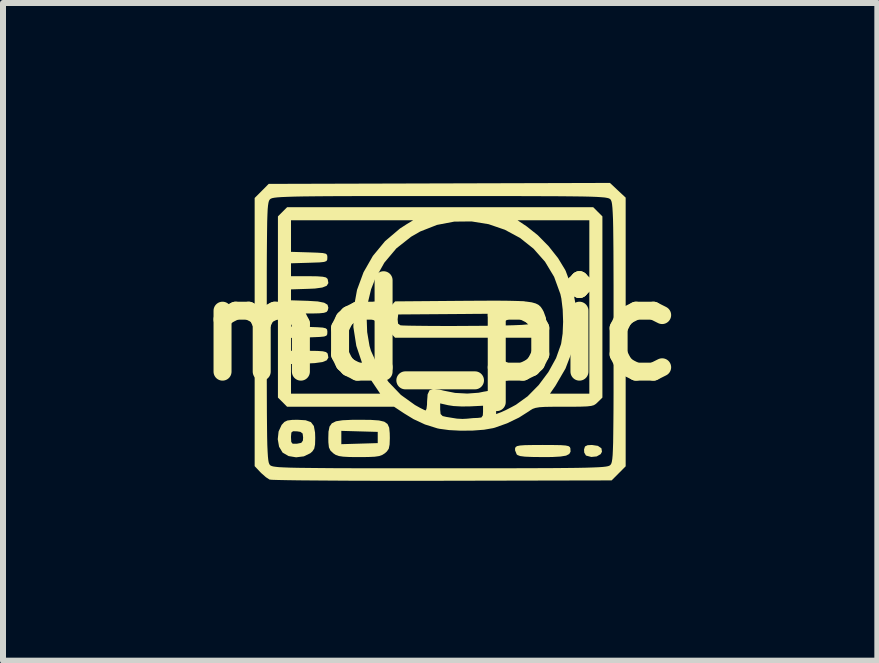
<source format=kicad_pcb>
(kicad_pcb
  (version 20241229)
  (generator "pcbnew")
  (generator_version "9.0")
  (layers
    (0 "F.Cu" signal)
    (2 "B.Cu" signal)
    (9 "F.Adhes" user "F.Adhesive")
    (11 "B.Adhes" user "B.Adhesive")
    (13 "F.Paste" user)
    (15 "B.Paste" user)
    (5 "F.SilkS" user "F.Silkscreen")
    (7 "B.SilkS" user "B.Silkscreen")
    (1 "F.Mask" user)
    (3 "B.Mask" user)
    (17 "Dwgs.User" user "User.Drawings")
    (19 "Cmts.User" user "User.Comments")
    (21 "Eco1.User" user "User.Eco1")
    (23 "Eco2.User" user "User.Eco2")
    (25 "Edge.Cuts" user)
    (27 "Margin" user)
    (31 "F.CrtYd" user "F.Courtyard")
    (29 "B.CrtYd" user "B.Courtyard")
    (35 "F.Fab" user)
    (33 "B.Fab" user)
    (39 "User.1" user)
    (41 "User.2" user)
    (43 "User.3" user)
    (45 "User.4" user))
  (footprint "md_pic"
    (layer "F.Cu")
    (at 4.289 2.457)
    (property "Reference" "md_pic" (at 0 0 0) (layer "F.SilkS") (effects (font (size 1.524 1.524) (thickness 0.3))))
    (attr board_only exclude_from_pos_files exclude_from_bom)
    (fp_poly (pts (xy 2.63 1.927) (xy 2.689 1.968) (xy 2.698 2.025) (xy 2.676 2.065) (xy 2.61 2.103) (xy 2.52 2.112) (xy 2.436 2.09) (xy 2.43 2.087) (xy 2.402 2.039) (xy 2.399 1.986) (xy 2.415 1.937) (xy 2.457 1.916) (xy 2.53 1.912)) (stroke (width 0) (type solid)) (fill yes) (layer "F.SilkS"))
    (fp_poly (pts (xy 1.887 1.913) (xy 2.011 1.915) (xy 2.092 1.921) (xy 2.139 1.931) (xy 2.162 1.947) (xy 2.171 1.968) (xy 2.174 2.024) (xy 2.152 2.063) (xy 2.099 2.09) (xy 2.006 2.105) (xy 1.866 2.113) (xy 1.71 2.114) (xy 1.535 2.112) (xy 1.413 2.107) (xy 1.334 2.097) (xy 1.289 2.08) (xy 1.276 2.069) (xy 1.249 2.002) (xy 1.249 1.968) (xy 1.259 1.946) (xy 1.283 1.931) (xy 1.332 1.921) (xy 1.415 1.915) (xy 1.542 1.913) (xy 1.71 1.912)) (stroke (width 0) (type solid)) (fill yes) (layer "F.SilkS"))
    (fp_poly (pts (xy -2.243 1.5) (xy -2.155 1.531) (xy -2.106 1.596) (xy -2.086 1.705) (xy -2.083 1.796) (xy -2.086 1.905) (xy -2.1 1.974) (xy -2.131 2.02) (xy -2.165 2.05) (xy -2.273 2.102) (xy -2.402 2.118) (xy -2.528 2.097) (xy -2.626 2.04) (xy -2.628 2.038) (xy -2.686 1.941) (xy -2.708 1.816) (xy -2.705 1.788) (xy -2.487 1.788) (xy -2.483 1.862) (xy -2.46 1.891) (xy -2.402 1.892) (xy -2.386 1.891) (xy -2.316 1.877) (xy -2.289 1.84) (xy -2.285 1.788) (xy -2.293 1.722) (xy -2.329 1.694) (xy -2.386 1.685) (xy -2.453 1.683) (xy -2.481 1.705) (xy -2.487 1.77) (xy -2.487 1.788) (xy -2.705 1.788) (xy -2.694 1.687) (xy -2.643 1.577) (xy -2.64 1.574) (xy -2.597 1.528) (xy -2.547 1.504) (xy -2.469 1.494) (xy -2.381 1.492)) (stroke (width 0) (type solid)) (fill yes) (layer "F.SilkS"))
    (fp_poly (pts (xy -1.155 1.494) (xy -1.021 1.503) (xy -0.932 1.524) (xy -0.878 1.562) (xy -0.85 1.624) (xy -0.841 1.714) (xy -0.839 1.796) (xy -0.843 1.905) (xy -0.857 1.974) (xy -0.888 2.02) (xy -0.921 2.05) (xy -0.965 2.078) (xy -1.017 2.097) (xy -1.092 2.108) (xy -1.203 2.113) (xy -1.352 2.114) (xy -1.509 2.113) (xy -1.618 2.107) (xy -1.691 2.096) (xy -1.743 2.077) (xy -1.783 2.05) (xy -1.83 2.005) (xy -1.855 1.952) (xy -1.864 1.869) (xy -1.865 1.801) (xy -1.862 1.688) (xy -1.859 1.677) (xy -1.648 1.677) (xy -1.648 1.899) (xy -1.345 1.89) (xy -1.041 1.881) (xy -1.041 1.694) (xy -1.648 1.677) (xy -1.859 1.677) (xy -1.845 1.606) (xy -1.806 1.551) (xy -1.737 1.517) (xy -1.629 1.5) (xy -1.473 1.493) (xy -1.342 1.492)) (stroke (width 0) (type solid)) (fill yes) (layer "F.SilkS"))
    (fp_poly (pts (xy 1.146 -0.492) (xy 1.308 -0.488) (xy 1.433 -0.479) (xy 1.527 -0.466) (xy 1.594 -0.447) (xy 1.642 -0.422) (xy 1.677 -0.39) (xy 1.704 -0.35) (xy 1.725 -0.312) (xy 1.765 -0.204) (xy 1.758 -0.112) (xy 1.7 -0.015) (xy 1.676 0.014) (xy 1.579 0.124) (xy -0.752 0.124) (xy -0.842 0.028) (xy -0.918 -0.088) (xy -0.928 -0.181) (xy -0.709 -0.181) (xy -0.702 -0.111) (xy -0.662 -0.083) (xy -0.619 -0.08) (xy -0.521 -0.077) (xy -0.376 -0.075) (xy -0.192 -0.073) (xy 0.024 -0.072) (xy 0.263 -0.072) (xy 0.442 -0.073) (xy 0.758 -0.075) (xy 1.016 -0.079) (xy 1.217 -0.084) (xy 1.366 -0.09) (xy 1.464 -0.099) (xy 1.516 -0.109) (xy 1.525 -0.113) (xy 1.545 -0.169) (xy 1.54 -0.215) (xy 1.533 -0.232) (xy 1.521 -0.246) (xy 1.498 -0.257) (xy 1.458 -0.265) (xy 1.394 -0.271) (xy 1.3 -0.274) (xy 1.17 -0.276) (xy 0.999 -0.276) (xy 0.779 -0.275) (xy 0.506 -0.273) (xy 0.41 -0.272) (xy -0.7 -0.264) (xy -0.709 -0.181) (xy -0.928 -0.181) (xy -0.931 -0.208) (xy -0.883 -0.328) (xy -0.842 -0.38) (xy -0.751 -0.482) (xy 0.37 -0.491) (xy 0.683 -0.493) (xy 0.939 -0.494)) (stroke (width 0) (type solid)) (fill yes) (layer "F.SilkS"))
    (fp_poly (pts (xy 2.962 -2.334) (xy 3.093 -2.212) (xy 3.093 2.268) (xy 2.859 2.503) (xy 0.038 2.509) (xy -0.376 2.509) (xy -0.774 2.509) (xy -1.15 2.509) (xy -1.5 2.508) (xy -1.819 2.506) (xy -2.104 2.504) (xy -2.349 2.502) (xy -2.55 2.499) (xy -2.703 2.496) (xy -2.802 2.493) (xy -2.844 2.489) (xy -2.845 2.489) (xy -2.905 2.45) (xy -2.979 2.385) (xy -3 2.364) (xy -3.093 2.265) (xy -3.093 0.026) (xy -2.891 0.026) (xy -2.891 0.447) (xy -2.891 0.811) (xy -2.89 1.121) (xy -2.889 1.382) (xy -2.887 1.598) (xy -2.885 1.774) (xy -2.882 1.914) (xy -2.877 2.023) (xy -2.872 2.104) (xy -2.866 2.162) (xy -2.859 2.202) (xy -2.85 2.227) (xy -2.841 2.243) (xy -2.84 2.244) (xy -2.829 2.254) (xy -2.812 2.262) (xy -2.785 2.27) (xy -2.745 2.276) (xy -2.688 2.282) (xy -2.609 2.286) (xy -2.505 2.29) (xy -2.373 2.293) (xy -2.207 2.295) (xy -2.005 2.297) (xy -1.762 2.299) (xy -1.475 2.3) (xy -1.14 2.3) (xy -0.753 2.3) (xy -0.309 2.301) (xy -0.005 2.301) (xy 0.476 2.301) (xy 0.9 2.3) (xy 1.269 2.3) (xy 1.587 2.299) (xy 1.858 2.298) (xy 2.087 2.296) (xy 2.276 2.294) (xy 2.429 2.291) (xy 2.551 2.287) (xy 2.646 2.283) (xy 2.716 2.278) (xy 2.767 2.272) (xy 2.801 2.265) (xy 2.822 2.257) (xy 2.834 2.249) (xy 2.845 2.237) (xy 2.855 2.218) (xy 2.863 2.189) (xy 2.87 2.144) (xy 2.876 2.08) (xy 2.88 1.992) (xy 2.884 1.875) (xy 2.886 1.726) (xy 2.888 1.54) (xy 2.89 1.312) (xy 2.891 1.039) (xy 2.891 0.715) (xy 2.891 0.336) (xy 2.891 0.036) (xy 2.891 -0.385) (xy 2.891 -0.749) (xy 2.89 -1.059) (xy 2.889 -1.32) (xy 2.887 -1.536) (xy 2.885 -1.712) (xy 2.882 -1.852) (xy 2.877 -1.961) (xy 2.872 -2.042) (xy 2.866 -2.1) (xy 2.859 -2.14) (xy 2.85 -2.165) (xy 2.841 -2.181) (xy 2.84 -2.182) (xy 2.829 -2.191) (xy 2.812 -2.2) (xy 2.785 -2.207) (xy 2.745 -2.214) (xy 2.688 -2.219) (xy 2.609 -2.224) (xy 2.505 -2.228) (xy 2.373 -2.231) (xy 2.207 -2.233) (xy 2.005 -2.235) (xy 1.762 -2.236) (xy 1.475 -2.237) (xy 1.14 -2.238) (xy 0.753 -2.238) (xy 0.309 -2.238) (xy 0.005 -2.238) (xy -0.476 -2.238) (xy -0.9 -2.238) (xy -1.269 -2.238) (xy -1.587 -2.237) (xy -1.858 -2.236) (xy -2.087 -2.234) (xy -2.276 -2.232) (xy -2.429 -2.229) (xy -2.551 -2.225) (xy -2.646 -2.221) (xy -2.716 -2.216) (xy -2.767 -2.21) (xy -2.801 -2.203) (xy -2.822 -2.195) (xy -2.834 -2.187) (xy -2.845 -2.175) (xy -2.855 -2.156) (xy -2.863 -2.126) (xy -2.87 -2.082) (xy -2.876 -2.018) (xy -2.88 -1.93) (xy -2.884 -1.813) (xy -2.886 -1.664) (xy -2.888 -1.478) (xy -2.89 -1.25) (xy -2.891 -0.976) (xy -2.891 -0.653) (xy -2.891 -0.274) (xy -2.891 0.026) (xy -3.093 0.026) (xy -3.093 -2.206) (xy -2.976 -2.323) (xy -2.859 -2.441) (xy -0.014 -2.449) (xy 2.831 -2.457)) (stroke (width 0) (type solid)) (fill yes) (layer "F.SilkS"))
    (fp_poly (pts (xy 2.628 -1.976) (xy 2.705 -1.899) (xy 2.705 1.122) (xy 2.628 1.198) (xy 2.597 1.227) (xy 2.564 1.248) (xy 2.518 1.261) (xy 2.448 1.269) (xy 2.344 1.273) (xy 2.196 1.275) (xy 2.067 1.275) (xy 1.882 1.275) (xy 1.748 1.277) (xy 1.654 1.283) (xy 1.59 1.294) (xy 1.543 1.31) (xy 1.503 1.334) (xy 1.482 1.349) (xy 1.315 1.455) (xy 1.116 1.551) (xy 0.914 1.623) (xy 0.88 1.632) (xy 0.731 1.658) (xy 0.544 1.672) (xy 0.342 1.674) (xy 0.148 1.664) (xy -0.014 1.642) (xy -0.047 1.635) (xy -0.254 1.57) (xy -0.443 1.482) (xy -0.602 1.385) (xy -0.768 1.275) (xy -2.552 1.275) (xy -2.628 1.198) (xy -2.705 1.122) (xy -2.705 -1.834) (xy -2.487 -1.834) (xy -2.487 -1.308) (xy -2.184 -1.299) (xy -2.045 -1.294) (xy -1.957 -1.288) (xy -1.908 -1.277) (xy -1.886 -1.258) (xy -1.881 -1.227) (xy -1.881 -1.212) (xy -1.883 -1.177) (xy -1.897 -1.154) (xy -1.935 -1.14) (xy -2.008 -1.132) (xy -2.128 -1.128) (xy -2.184 -1.126) (xy -2.487 -1.117) (xy -2.487 -0.902) (xy -2.191 -0.902) (xy -2.049 -0.9) (xy -1.957 -0.893) (xy -1.904 -0.881) (xy -1.879 -0.859) (xy -1.875 -0.851) (xy -1.864 -0.787) (xy -1.892 -0.742) (xy -1.965 -0.713) (xy -2.089 -0.696) (xy -2.203 -0.691) (xy -2.487 -0.682) (xy -2.487 -0.5) (xy -2.203 -0.491) (xy -2.041 -0.481) (xy -1.935 -0.46) (xy -1.878 -0.426) (xy -1.864 -0.375) (xy -1.875 -0.331) (xy -1.894 -0.306) (xy -1.938 -0.291) (xy -2.016 -0.283) (xy -2.142 -0.28) (xy -2.191 -0.28) (xy -2.487 -0.28) (xy -2.487 -0.064) (xy -2.184 -0.056) (xy -2.045 -0.051) (xy -1.957 -0.045) (xy -1.908 -0.033) (xy -1.886 -0.014) (xy -1.881 0.017) (xy -1.881 0.031) (xy -1.883 0.067) (xy -1.897 0.09) (xy -1.935 0.104) (xy -2.008 0.111) (xy -2.128 0.116) (xy -2.184 0.118) (xy -2.487 0.127) (xy -2.487 0.342) (xy -2.191 0.342) (xy -2.049 0.344) (xy -1.957 0.35) (xy -1.904 0.363) (xy -1.879 0.384) (xy -1.875 0.393) (xy -1.864 0.456) (xy -1.892 0.501) (xy -1.965 0.53) (xy -2.089 0.547) (xy -2.203 0.553) (xy -2.487 0.562) (xy -2.487 1.057) (xy -1 1.057) (xy -1.135 0.857) (xy -1.295 0.566) (xy -1.398 0.26) (xy -1.447 -0.053) (xy -1.445 -0.22) (xy -1.226 -0.22) (xy -1.217 0.03) (xy -1.178 0.261) (xy -1.154 0.342) (xy -1.031 0.612) (xy -0.861 0.862) (xy -0.654 1.078) (xy -0.42 1.246) (xy -0.42 1.246) (xy -0.332 1.295) (xy -0.266 1.328) (xy -0.241 1.337) (xy -0.228 1.309) (xy -0.219 1.238) (xy -0.219 1.219) (xy 0 1.219) (xy 0 1.323) (xy 0.007 1.396) (xy 0.041 1.43) (xy 0.101 1.444) (xy 0.199 1.46) (xy 0.28 1.473) (xy 0.372 1.478) (xy 0.447 1.474) (xy 0.55 1.464) (xy 0.626 1.461) (xy 0.687 1.454) (xy 0.711 1.42) (xy 0.715 1.36) (xy 0.715 1.258) (xy 0.49 1.269) (xy 0.354 1.27) (xy 0.223 1.263) (xy 0.132 1.249) (xy 0 1.219) (xy -0.219 1.219) (xy -0.218 1.185) (xy -0.209 1.068) (xy -0.178 1.001) (xy -0.115 0.976) (xy -0.01 0.989) (xy 0.057 1.006) (xy 0.249 1.044) (xy 0.453 1.055) (xy 0.642 1.041) (xy 0.725 1.024) (xy 0.825 1.007) (xy 0.889 1.029) (xy 0.922 1.097) (xy 0.933 1.218) (xy 0.933 1.231) (xy 0.933 1.397) (xy 1.018 1.365) (xy 1.093 1.331) (xy 1.194 1.279) (xy 1.264 1.241) (xy 1.458 1.101) (xy 1.642 0.914) (xy 1.804 0.697) (xy 1.932 0.465) (xy 2.014 0.234) (xy 2.018 0.217) (xy 2.042 0.054) (xy 2.05 -0.142) (xy 2.043 -0.345) (xy 2.021 -0.528) (xy 2.004 -0.605) (xy 1.9 -0.891) (xy 1.748 -1.144) (xy 1.556 -1.361) (xy 1.331 -1.54) (xy 1.079 -1.676) (xy 0.808 -1.769) (xy 0.524 -1.815) (xy 0.235 -1.812) (xy -0.053 -1.757) (xy -0.333 -1.647) (xy -0.484 -1.56) (xy -0.73 -1.366) (xy -0.931 -1.127) (xy -1.089 -0.844) (xy -1.152 -0.683) (xy -1.204 -0.466) (xy -1.226 -0.22) (xy -1.445 -0.22) (xy -1.442 -0.367) (xy -1.386 -0.674) (xy -1.278 -0.967) (xy -1.122 -1.24) (xy -0.919 -1.486) (xy -0.67 -1.697) (xy -0.56 -1.768) (xy -0.451 -1.834) (xy -2.487 -1.834) (xy 1.291 -1.834) (xy 1.446 -1.73) (xy 1.629 -1.584) (xy 1.808 -1.402) (xy 1.965 -1.204) (xy 2.084 -1.008) (xy 2.094 -0.987) (xy 2.215 -0.662) (xy 2.276 -0.334) (xy 2.274 -0.006) (xy 2.212 0.32) (xy 2.089 0.639) (xy 1.922 0.925) (xy 1.831 1.057) (xy 2.487 1.057) (xy 2.487 -1.834) (xy 1.291 -1.834) (xy -2.487 -1.834) (xy -2.705 -1.834) (xy -2.705 -1.899) (xy -2.552 -2.052) (xy 2.552 -2.052)) (stroke (width 0) (type solid)) (fill yes) (layer "F.SilkS")))
  (gr_rect
    (start -3 -3)
    (end 11.578 7.966)
    (stroke (width 0.1) (type default))
    (fill no)
    (layer "Edge.Cuts")))
</source>
